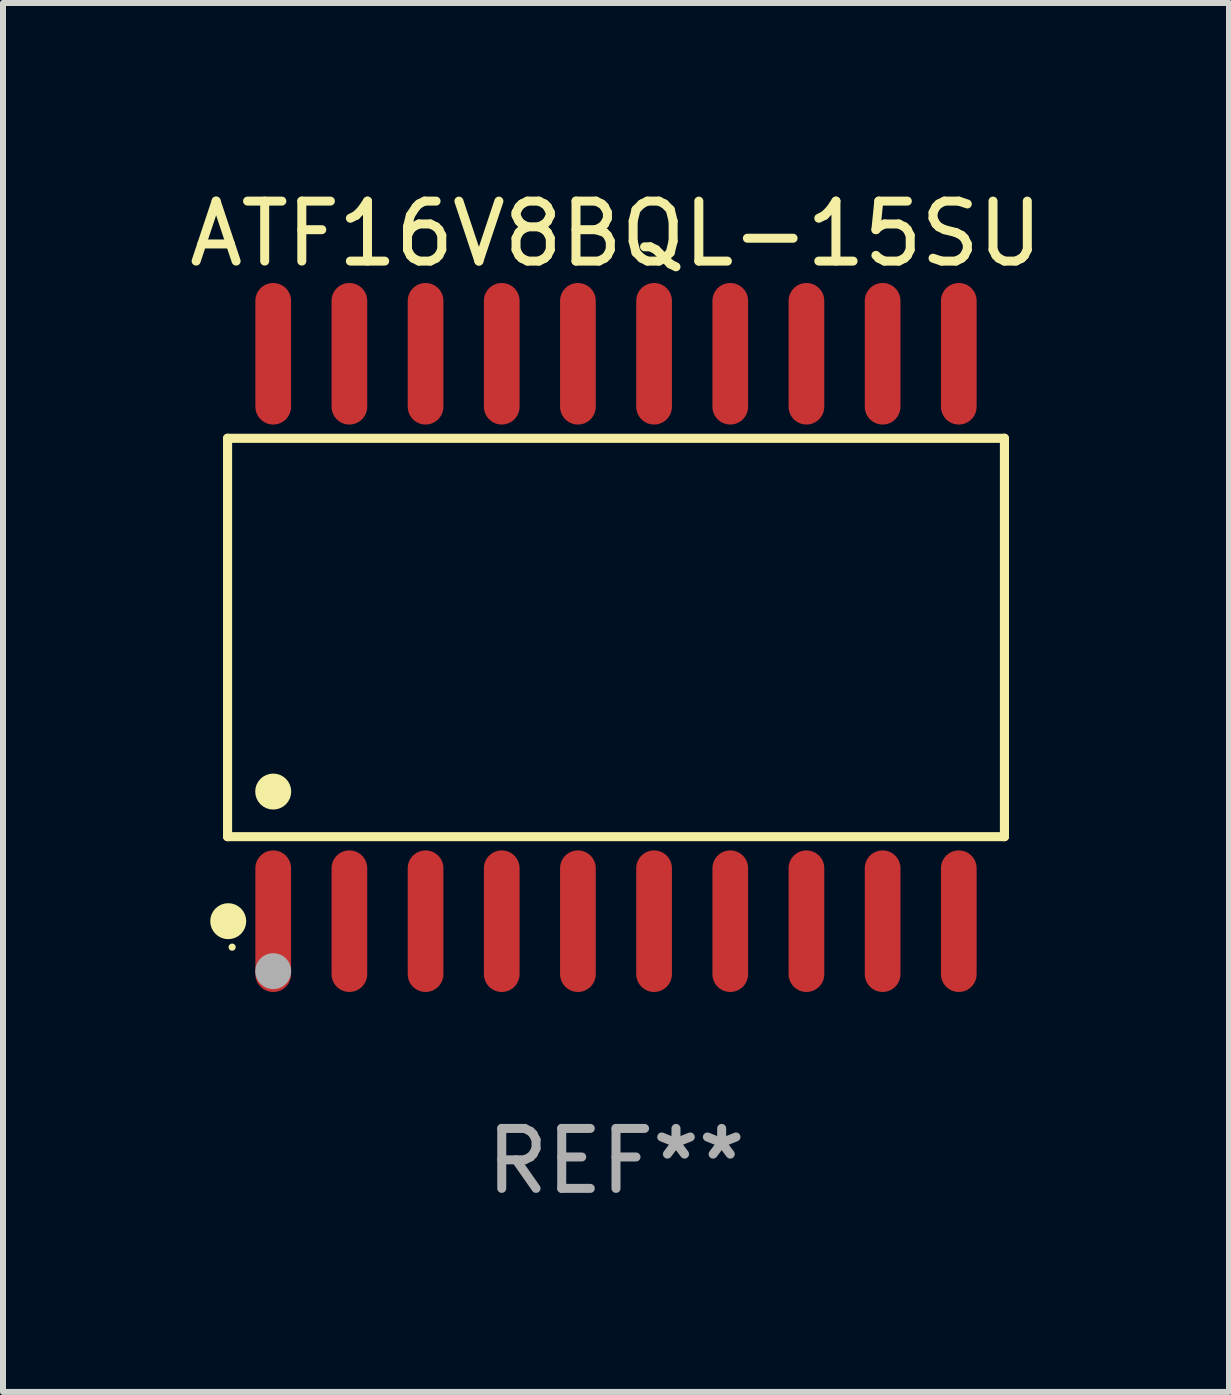
<source format=kicad_pcb>
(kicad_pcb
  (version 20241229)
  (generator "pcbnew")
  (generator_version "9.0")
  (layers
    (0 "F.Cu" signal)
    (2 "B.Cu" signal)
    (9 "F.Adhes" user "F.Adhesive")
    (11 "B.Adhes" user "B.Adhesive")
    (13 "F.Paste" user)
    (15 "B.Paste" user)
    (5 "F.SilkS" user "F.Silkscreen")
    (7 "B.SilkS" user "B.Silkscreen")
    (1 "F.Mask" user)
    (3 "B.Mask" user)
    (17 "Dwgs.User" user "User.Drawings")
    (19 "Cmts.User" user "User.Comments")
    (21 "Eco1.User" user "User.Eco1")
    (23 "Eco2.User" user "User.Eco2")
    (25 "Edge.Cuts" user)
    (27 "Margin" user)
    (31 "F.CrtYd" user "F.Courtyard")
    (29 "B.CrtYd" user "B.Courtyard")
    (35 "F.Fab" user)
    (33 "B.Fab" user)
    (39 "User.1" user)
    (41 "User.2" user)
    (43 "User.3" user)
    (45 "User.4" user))
  (footprint "ATF16V8BQL-15SU"
    (layer "F.Cu")
    (at 7.22 7.578)
    (property "Reference" "ATF16V8BQL-15SU" (at 0 -6.73 0) (layer "F.SilkS") (effects (font (size 1 1) (thickness 0.15))))
    (attr through_hole)
    (fp_line (start -6.476 -3.321) (end 6.476 -3.321) (stroke (width 0.152) (type solid)) (layer "F.SilkS"))
    (fp_line (start -6.476 3.321) (end -6.476 -3.321) (stroke (width 0.152) (type solid)) (layer "F.SilkS"))
    (fp_line (start 6.476 -3.321) (end 6.476 3.321) (stroke (width 0.152) (type solid)) (layer "F.SilkS"))
    (fp_line (start 6.476 3.321) (end -6.476 3.321) (stroke (width 0.152) (type solid)) (layer "F.SilkS"))
    (fp_circle (center -6.465 4.73) (end -6.315 4.73) (stroke (width 0.3) (type solid)) (fill no) (layer "F.SilkS"))
    (fp_circle (center -6.4 5.163) (end -6.37 5.163) (stroke (width 0.06) (type solid)) (fill no) (layer "F.SilkS"))
    (fp_circle (center -5.715 2.569) (end -5.565 2.569) (stroke (width 0.3) (type solid)) (fill no) (layer "F.SilkS"))
    (fp_circle (center -5.715 5.563) (end -5.565 5.563) (stroke (width 0.3) (type solid)) (fill no) (layer "F.Fab"))
    (fp_text user "REF**" (at 0 8.73 0) (layer "F.Fab") (effects (font (size 1 1) (thickness 0.15))))
    (pad "1" smd oval (at -5.715 4.73) (size 0.595 2.36) (layers "F.Cu" "F.Mask" "F.Paste"))
    (pad "2" smd oval (at -4.445 4.73) (size 0.595 2.36) (layers "F.Cu" "F.Mask" "F.Paste"))
    (pad "3" smd oval (at -3.175 4.73) (size 0.595 2.36) (layers "F.Cu" "F.Mask" "F.Paste"))
    (pad "4" smd oval (at -1.905 4.73) (size 0.595 2.36) (layers "F.Cu" "F.Mask" "F.Paste"))
    (pad "5" smd oval (at -0.635 4.73) (size 0.595 2.36) (layers "F.Cu" "F.Mask" "F.Paste"))
    (pad "6" smd oval (at 0.635 4.73) (size 0.595 2.36) (layers "F.Cu" "F.Mask" "F.Paste"))
    (pad "7" smd oval (at 1.905 4.73) (size 0.595 2.36) (layers "F.Cu" "F.Mask" "F.Paste"))
    (pad "8" smd oval (at 3.175 4.73) (size 0.595 2.36) (layers "F.Cu" "F.Mask" "F.Paste"))
    (pad "9" smd oval (at 4.445 4.73) (size 0.595 2.36) (layers "F.Cu" "F.Mask" "F.Paste"))
    (pad "10" smd oval (at 5.715 4.73) (size 0.595 2.36) (layers "F.Cu" "F.Mask" "F.Paste"))
    (pad "11" smd oval (at 5.715 -4.73) (size 0.595 2.36) (layers "F.Cu" "F.Mask" "F.Paste"))
    (pad "12" smd oval (at 4.445 -4.73) (size 0.595 2.36) (layers "F.Cu" "F.Mask" "F.Paste"))
    (pad "13" smd oval (at 3.175 -4.73) (size 0.595 2.36) (layers "F.Cu" "F.Mask" "F.Paste"))
    (pad "14" smd oval (at 1.905 -4.73) (size 0.595 2.36) (layers "F.Cu" "F.Mask" "F.Paste"))
    (pad "15" smd oval (at 0.635 -4.73) (size 0.595 2.36) (layers "F.Cu" "F.Mask" "F.Paste"))
    (pad "16" smd oval (at -0.635 -4.73) (size 0.595 2.36) (layers "F.Cu" "F.Mask" "F.Paste"))
    (pad "17" smd oval (at -1.905 -4.73) (size 0.595 2.36) (layers "F.Cu" "F.Mask" "F.Paste"))
    (pad "18" smd oval (at -3.175 -4.73) (size 0.595 2.36) (layers "F.Cu" "F.Mask" "F.Paste"))
    (pad "19" smd oval (at -4.445 -4.73) (size 0.595 2.36) (layers "F.Cu" "F.Mask" "F.Paste"))
    (pad "20" smd oval (at -5.715 -4.73) (size 0.595 2.36) (layers "F.Cu" "F.Mask" "F.Paste")))
  (gr_rect
    (start -3 -3)
    (end 17.44 20.156)
    (stroke (width 0.1) (type default))
    (fill no)
    (layer "Edge.Cuts")))
</source>
